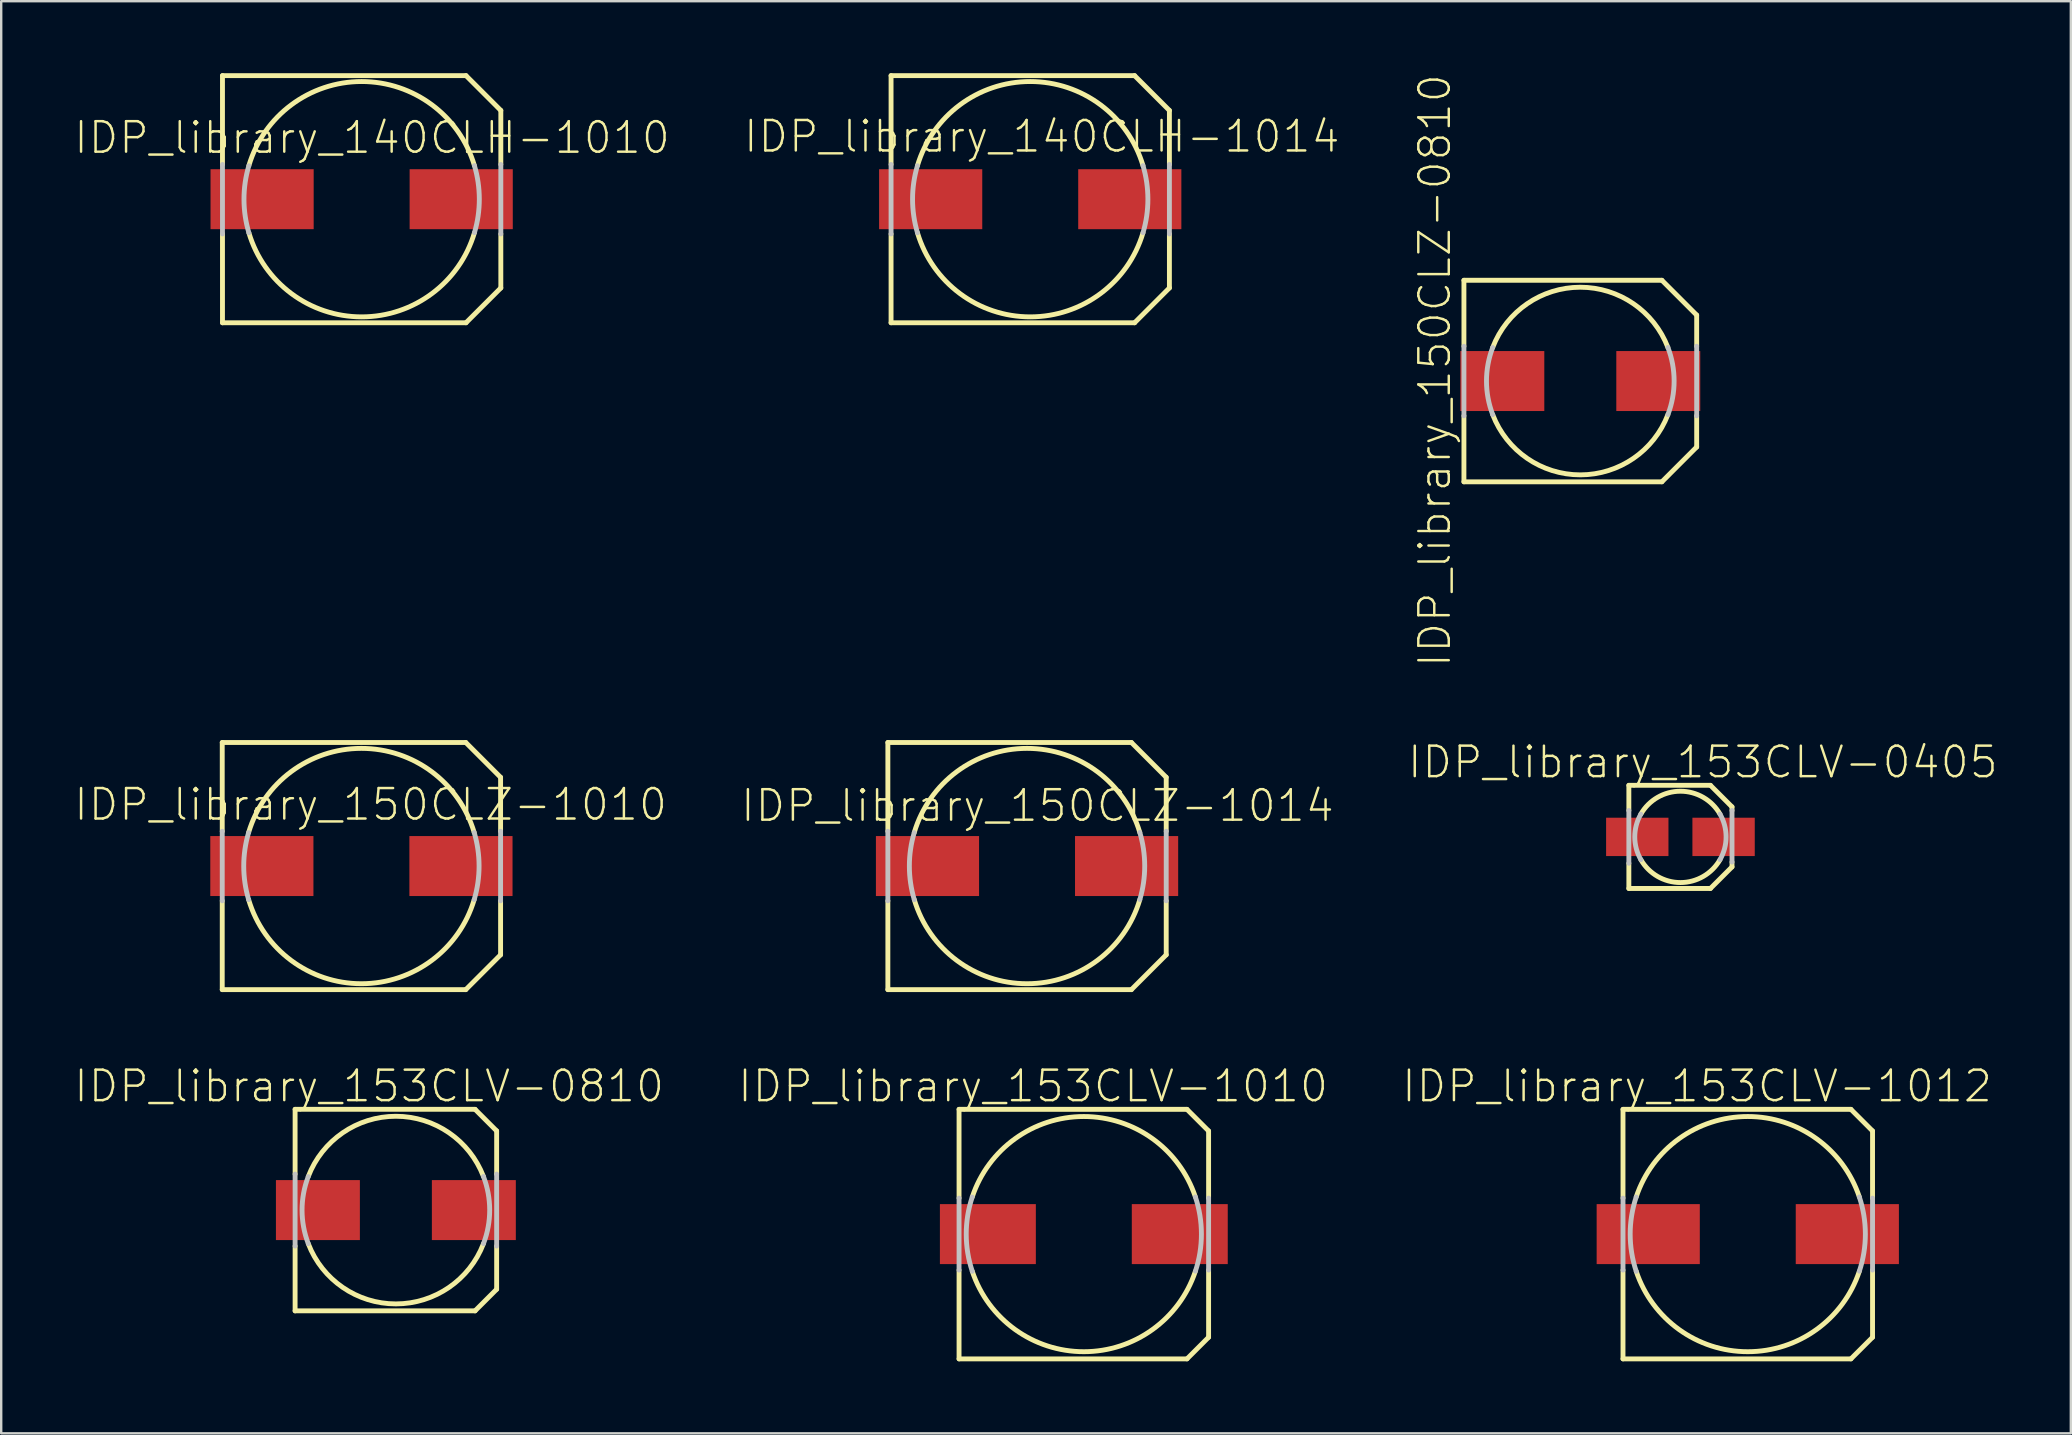
<source format=kicad_pcb>
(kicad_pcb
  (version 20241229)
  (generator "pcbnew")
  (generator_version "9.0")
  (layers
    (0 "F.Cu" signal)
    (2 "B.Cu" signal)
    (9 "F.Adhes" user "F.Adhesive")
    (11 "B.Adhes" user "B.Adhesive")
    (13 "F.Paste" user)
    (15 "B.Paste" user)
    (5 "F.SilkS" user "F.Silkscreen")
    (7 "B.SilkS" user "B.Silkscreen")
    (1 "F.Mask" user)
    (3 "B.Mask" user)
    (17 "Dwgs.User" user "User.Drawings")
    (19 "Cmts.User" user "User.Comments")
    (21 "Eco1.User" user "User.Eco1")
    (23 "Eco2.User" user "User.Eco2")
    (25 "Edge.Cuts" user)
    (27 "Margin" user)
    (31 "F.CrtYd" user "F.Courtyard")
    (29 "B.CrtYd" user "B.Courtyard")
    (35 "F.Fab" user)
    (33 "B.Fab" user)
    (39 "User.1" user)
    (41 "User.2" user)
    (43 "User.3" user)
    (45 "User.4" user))
  (footprint "IDP_library_140CLH-1010"
    (layer "F.Cu")
    (at 12.019 5.25)
    (property "Reference" "IDP_library_140CLH-1010" (at 0.434 -2.563 0) (layer "F.SilkS") (effects (font (size 1.27 1.27) (thickness 0.102))))
    (attr smd)
    (fp_line (start -5.799 -5.149) (end 4.348 -5.149) (stroke (width 0.203) (type solid)) (layer "F.SilkS"))
    (fp_line (start -5.799 -1.448) (end -5.799 -5.149) (stroke (width 0.203) (type solid)) (layer "F.SilkS"))
    (fp_line (start -5.799 5.149) (end -5.799 1.448) (stroke (width 0.203) (type solid)) (layer "F.SilkS"))
    (fp_line (start 4.348 5.149) (end -5.799 5.149) (stroke (width 0.203) (type solid)) (layer "F.SilkS"))
    (fp_line (start 5.799 -3.698) (end 4.348 -5.149) (stroke (width 0.203) (type solid)) (layer "F.SilkS"))
    (fp_line (start 5.799 -3.698) (end 5.799 -1.448) (stroke (width 0.203) (type solid)) (layer "F.SilkS"))
    (fp_line (start 5.799 1.448) (end 5.799 3.698) (stroke (width 0.203) (type solid)) (layer "F.SilkS"))
    (fp_line (start 5.799 3.698) (end 4.348 5.149) (stroke (width 0.203) (type solid)) (layer "F.SilkS"))
    (fp_arc (start -4.699 -1.39954) (mid -0.001239 -4.90299) (end 4.698292 -1.401914) (stroke (width 0.2032) (type solid)) (layer "F.SilkS"))
    (fp_arc (start 4.699 1.39954) (mid 0.001239 4.90299) (end -4.698292 1.401914) (stroke (width 0.2032) (type solid)) (layer "F.SilkS"))
    (fp_line (start -5.799 1.448) (end -5.799 -1.448) (stroke (width 0.203) (type solid)) (layer "Dwgs.User"))
    (fp_line (start 5.799 -1.448) (end 5.799 1.448) (stroke (width 0.203) (type solid)) (layer "Dwgs.User"))
    (fp_arc (start -4.699 1.39954) (mid -4.902989 0.00304) (end -4.700732 -1.393712) (stroke (width 0.2032) (type solid)) (layer "Dwgs.User"))
    (fp_arc (start 4.699 -1.39954) (mid 4.902989 -0.00304) (end 4.700732 1.393712) (stroke (width 0.2032) (type solid)) (layer "Dwgs.User"))
    (pad "+" smd rect (at 4.148 0) (size 4.298 2.499) (layers "F.Cu" "F.Mask" "F.Paste"))
    (pad "-" smd rect (at -4.148 0) (size 4.298 2.499) (layers "F.Cu" "F.Mask" "F.Paste")))
  (footprint "IDP_library_150CLZ-1014"
    (layer "F.Cu")
    (at 39.744 33.036)
    (property "Reference" "IDP_library_150CLZ-1014" (at 0.434 -2.515 0) (layer "F.SilkS") (effects (font (size 1.27 1.27) (thickness 0.102))))
    (attr smd)
    (fp_line (start -5.799 -5.149) (end 4.348 -5.149) (stroke (width 0.203) (type solid)) (layer "F.SilkS"))
    (fp_line (start -5.799 -1.448) (end -5.799 -5.149) (stroke (width 0.203) (type solid)) (layer "F.SilkS"))
    (fp_line (start -5.799 5.149) (end -5.799 1.448) (stroke (width 0.203) (type solid)) (layer "F.SilkS"))
    (fp_line (start 4.348 5.149) (end -5.799 5.149) (stroke (width 0.203) (type solid)) (layer "F.SilkS"))
    (fp_line (start 5.799 -3.698) (end 4.348 -5.149) (stroke (width 0.203) (type solid)) (layer "F.SilkS"))
    (fp_line (start 5.799 -3.698) (end 5.799 -1.448) (stroke (width 0.203) (type solid)) (layer "F.SilkS"))
    (fp_line (start 5.799 1.448) (end 5.799 3.698) (stroke (width 0.203) (type solid)) (layer "F.SilkS"))
    (fp_line (start 5.799 3.698) (end 4.348 5.149) (stroke (width 0.203) (type solid)) (layer "F.SilkS"))
    (fp_arc (start -4.699 -1.39954) (mid -0.001239 -4.90299) (end 4.698292 -1.401914) (stroke (width 0.2032) (type solid)) (layer "F.SilkS"))
    (fp_arc (start 4.699 1.39954) (mid 0.001239 4.90299) (end -4.698292 1.401914) (stroke (width 0.2032) (type solid)) (layer "F.SilkS"))
    (fp_line (start -5.799 1.448) (end -5.799 -1.448) (stroke (width 0.203) (type solid)) (layer "Dwgs.User"))
    (fp_line (start 5.799 -1.448) (end 5.799 1.448) (stroke (width 0.203) (type solid)) (layer "Dwgs.User"))
    (fp_arc (start -4.699 1.39954) (mid -4.902989 0.00304) (end -4.700732 -1.393712) (stroke (width 0.2032) (type solid)) (layer "Dwgs.User"))
    (fp_arc (start 4.699 -1.39954) (mid 4.902989 -0.00304) (end 4.700732 1.393712) (stroke (width 0.2032) (type solid)) (layer "Dwgs.User"))
    (pad "+" smd rect (at 4.148 0) (size 4.298 2.499) (layers "F.Cu" "F.Mask" "F.Paste"))
    (pad "-" smd rect (at -4.148 0) (size 4.298 2.499) (layers "F.Cu" "F.Mask" "F.Paste")))
  (footprint "IDP_library_150CLZ-0810"
    (layer "F.Cu")
    (at 62.797 12.827)
    (property "Reference" "IDP_library_150CLZ-0810" (at -6.063 -0.434 90) (layer "F.SilkS") (effects (font (size 1.27 1.27) (thickness 0.102))))
    (attr smd)
    (fp_line (start -4.849 -4.199) (end 3.399 -4.199) (stroke (width 0.203) (type solid)) (layer "F.SilkS"))
    (fp_line (start -4.849 -1.448) (end -4.849 -4.199) (stroke (width 0.203) (type solid)) (layer "F.SilkS"))
    (fp_line (start -4.849 4.199) (end -4.849 1.448) (stroke (width 0.203) (type solid)) (layer "F.SilkS"))
    (fp_line (start 3.399 4.199) (end -4.849 4.199) (stroke (width 0.203) (type solid)) (layer "F.SilkS"))
    (fp_line (start 4.849 -2.748) (end 3.399 -4.199) (stroke (width 0.203) (type solid)) (layer "F.SilkS"))
    (fp_line (start 4.849 -2.748) (end 4.849 -1.448) (stroke (width 0.203) (type solid)) (layer "F.SilkS"))
    (fp_line (start 4.849 1.448) (end 4.849 2.748) (stroke (width 0.203) (type solid)) (layer "F.SilkS"))
    (fp_line (start 4.849 2.748) (end 3.399 4.199) (stroke (width 0.203) (type solid)) (layer "F.SilkS"))
    (fp_arc (start -3.64998 -1.39954) (mid -0.001452 -3.9091) (end 3.648939 -1.402252) (stroke (width 0.2032) (type solid)) (layer "F.SilkS"))
    (fp_arc (start 3.64998 1.39954) (mid 0.001452 3.9091) (end -3.648939 1.402252) (stroke (width 0.2032) (type solid)) (layer "F.SilkS"))
    (fp_line (start -4.849 1.448) (end -4.849 -1.448) (stroke (width 0.203) (type solid)) (layer "Dwgs.User"))
    (fp_line (start 4.849 -1.448) (end 4.849 1.448) (stroke (width 0.203) (type solid)) (layer "Dwgs.User"))
    (fp_arc (start -3.64998 1.39954) (mid -3.9091 0.001959) (end -3.651381 -1.395882) (stroke (width 0.2032) (type solid)) (layer "Dwgs.User"))
    (fp_arc (start 3.64998 -1.39954) (mid 3.9091 -0.001959) (end 3.651381 1.395882) (stroke (width 0.2032) (type solid)) (layer "Dwgs.User"))
    (pad "+" smd rect (at 3.249 0) (size 3.498 2.499) (layers "F.Cu" "F.Mask" "F.Paste"))
    (pad "-" smd rect (at -3.249 0) (size 3.498 2.499) (layers "F.Cu" "F.Mask" "F.Paste")))
  (footprint "IDP_library_153CLV-0810"
    (layer "F.Cu")
    (at 13.445 47.371)
    (property "Reference" "IDP_library_153CLV-0810" (at -1.113 -5.164 0) (layer "F.SilkS") (effects (font (size 1.27 1.27) (thickness 0.102))))
    (attr smd)
    (fp_line (start -4.199 -4.199) (end 3.299 -4.199) (stroke (width 0.203) (type solid)) (layer "F.SilkS"))
    (fp_line (start -4.199 -1.499) (end -4.199 -4.199) (stroke (width 0.203) (type solid)) (layer "F.SilkS"))
    (fp_line (start -4.199 4.199) (end -4.199 1.499) (stroke (width 0.203) (type solid)) (layer "F.SilkS"))
    (fp_line (start 3.299 -4.199) (end 4.199 -3.299) (stroke (width 0.203) (type solid)) (layer "F.SilkS"))
    (fp_line (start 3.299 4.199) (end -4.199 4.199) (stroke (width 0.203) (type solid)) (layer "F.SilkS"))
    (fp_line (start 4.199 -3.299) (end 4.199 -1.499) (stroke (width 0.203) (type solid)) (layer "F.SilkS"))
    (fp_line (start 4.199 1.499) (end 4.199 3.299) (stroke (width 0.203) (type solid)) (layer "F.SilkS"))
    (fp_line (start 4.199 3.299) (end 3.299 4.199) (stroke (width 0.203) (type solid)) (layer "F.SilkS"))
    (fp_arc (start -3.64998 -1.39954) (mid -0.001452 -3.9091) (end 3.648939 -1.402252) (stroke (width 0.2032) (type solid)) (layer "F.SilkS"))
    (fp_arc (start 3.64998 1.39954) (mid 0.001452 3.9091) (end -3.648939 1.402252) (stroke (width 0.2032) (type solid)) (layer "F.SilkS"))
    (fp_line (start -4.199 1.499) (end -4.199 -1.499) (stroke (width 0.203) (type solid)) (layer "Dwgs.User"))
    (fp_line (start 4.199 -1.499) (end 4.199 1.499) (stroke (width 0.203) (type solid)) (layer "Dwgs.User"))
    (fp_arc (start -3.64998 1.39954) (mid -3.9091 0.001959) (end -3.651381 -1.395882) (stroke (width 0.2032) (type solid)) (layer "Dwgs.User"))
    (fp_arc (start 3.64998 -1.39954) (mid 3.9091 -0.001959) (end 3.651381 1.395882) (stroke (width 0.2032) (type solid)) (layer "Dwgs.User"))
    (pad "+" smd rect (at 3.249 0) (size 3.498 2.499) (layers "F.Cu" "F.Mask" "F.Paste"))
    (pad "-" smd rect (at -3.249 0) (size 3.498 2.499) (layers "F.Cu" "F.Mask" "F.Paste")))
  (footprint "IDP_library_153CLV-1012"
    (layer "F.Cu")
    (at 69.775 48.372)
    (property "Reference" "IDP_library_153CLV-1012" (at -2.113 -6.165 0) (layer "F.SilkS") (effects (font (size 1.27 1.27) (thickness 0.102))))
    (attr smd)
    (fp_line (start -5.199 -5.199) (end 4.298 -5.199) (stroke (width 0.203) (type solid)) (layer "F.SilkS"))
    (fp_line (start -5.199 -1.499) (end -5.199 -5.199) (stroke (width 0.203) (type solid)) (layer "F.SilkS"))
    (fp_line (start -5.199 5.199) (end -5.199 1.499) (stroke (width 0.203) (type solid)) (layer "F.SilkS"))
    (fp_line (start 4.298 -5.199) (end 5.199 -4.298) (stroke (width 0.203) (type solid)) (layer "F.SilkS"))
    (fp_line (start 4.298 5.199) (end -5.199 5.199) (stroke (width 0.203) (type solid)) (layer "F.SilkS"))
    (fp_line (start 5.199 -4.298) (end 5.199 -1.499) (stroke (width 0.203) (type solid)) (layer "F.SilkS"))
    (fp_line (start 5.199 1.499) (end 5.199 4.298) (stroke (width 0.203) (type solid)) (layer "F.SilkS"))
    (fp_line (start 5.199 4.298) (end 4.298 5.199) (stroke (width 0.203) (type solid)) (layer "F.SilkS"))
    (fp_arc (start -4.6482 -1.5494) (mid -0.001287 -4.899633) (end 4.647385 -1.551842) (stroke (width 0.2032) (type solid)) (layer "F.SilkS"))
    (fp_arc (start 4.6482 1.5494) (mid 0.001287 4.899633) (end -4.647385 1.551842) (stroke (width 0.2032) (type solid)) (layer "F.SilkS"))
    (fp_line (start -5.199 1.499) (end -5.199 -1.499) (stroke (width 0.203) (type solid)) (layer "Dwgs.User"))
    (fp_line (start 5.199 -1.499) (end 5.199 1.499) (stroke (width 0.203) (type solid)) (layer "Dwgs.User"))
    (fp_arc (start -4.6482 1.5494) (mid -4.899632 0.002989) (end -4.650087 -1.543728) (stroke (width 0.2032) (type solid)) (layer "Dwgs.User"))
    (fp_arc (start 4.6482 -1.5494) (mid 4.899632 -0.002989) (end 4.650087 1.543728) (stroke (width 0.2032) (type solid)) (layer "Dwgs.User"))
    (pad "+" smd rect (at 4.148 0) (size 4.298 2.499) (layers "F.Cu" "F.Mask" "F.Paste"))
    (pad "-" smd rect (at -4.148 0) (size 4.298 2.499) (layers "F.Cu" "F.Mask" "F.Paste")))
  (footprint "IDP_library_140CLH-1014"
    (layer "F.Cu")
    (at 39.877 5.25)
    (property "Reference" "IDP_library_140CLH-1014" (at 0.483 -2.614 0) (layer "F.SilkS") (effects (font (size 1.27 1.27) (thickness 0.102))))
    (attr smd)
    (fp_line (start -5.799 -5.149) (end 4.348 -5.149) (stroke (width 0.203) (type solid)) (layer "F.SilkS"))
    (fp_line (start -5.799 -1.448) (end -5.799 -5.149) (stroke (width 0.203) (type solid)) (layer "F.SilkS"))
    (fp_line (start -5.799 5.149) (end -5.799 1.448) (stroke (width 0.203) (type solid)) (layer "F.SilkS"))
    (fp_line (start 4.348 5.149) (end -5.799 5.149) (stroke (width 0.203) (type solid)) (layer "F.SilkS"))
    (fp_line (start 5.799 -3.698) (end 4.348 -5.149) (stroke (width 0.203) (type solid)) (layer "F.SilkS"))
    (fp_line (start 5.799 -3.698) (end 5.799 -1.448) (stroke (width 0.203) (type solid)) (layer "F.SilkS"))
    (fp_line (start 5.799 1.448) (end 5.799 3.698) (stroke (width 0.203) (type solid)) (layer "F.SilkS"))
    (fp_line (start 5.799 3.698) (end 4.348 5.149) (stroke (width 0.203) (type solid)) (layer "F.SilkS"))
    (fp_arc (start -4.699 -1.39954) (mid -0.001239 -4.90299) (end 4.698292 -1.401914) (stroke (width 0.2032) (type solid)) (layer "F.SilkS"))
    (fp_arc (start 4.699 1.39954) (mid 0.001239 4.90299) (end -4.698292 1.401914) (stroke (width 0.2032) (type solid)) (layer "F.SilkS"))
    (fp_line (start -5.799 1.448) (end -5.799 -1.448) (stroke (width 0.203) (type solid)) (layer "Dwgs.User"))
    (fp_line (start 5.799 -1.448) (end 5.799 1.448) (stroke (width 0.203) (type solid)) (layer "Dwgs.User"))
    (fp_arc (start -4.699 1.39954) (mid -4.902989 0.00304) (end -4.700732 -1.393712) (stroke (width 0.2032) (type solid)) (layer "Dwgs.User"))
    (fp_arc (start 4.699 -1.39954) (mid 4.902989 -0.00304) (end 4.700732 1.393712) (stroke (width 0.2032) (type solid)) (layer "Dwgs.User"))
    (pad "+" smd rect (at 4.148 0) (size 4.298 2.499) (layers "F.Cu" "F.Mask" "F.Paste"))
    (pad "-" smd rect (at -4.148 0) (size 4.298 2.499) (layers "F.Cu" "F.Mask" "F.Paste")))
  (footprint "IDP_library_150CLZ-1010"
    (layer "F.Cu")
    (at 12.009 33.036)
    (property "Reference" "IDP_library_150CLZ-1010" (at 0.384 -2.563 0) (layer "F.SilkS") (effects (font (size 1.27 1.27) (thickness 0.102))))
    (attr smd)
    (fp_line (start -5.799 -5.149) (end 4.348 -5.149) (stroke (width 0.203) (type solid)) (layer "F.SilkS"))
    (fp_line (start -5.799 -1.448) (end -5.799 -5.149) (stroke (width 0.203) (type solid)) (layer "F.SilkS"))
    (fp_line (start -5.799 5.149) (end -5.799 1.448) (stroke (width 0.203) (type solid)) (layer "F.SilkS"))
    (fp_line (start 4.348 5.149) (end -5.799 5.149) (stroke (width 0.203) (type solid)) (layer "F.SilkS"))
    (fp_line (start 5.799 -3.698) (end 4.348 -5.149) (stroke (width 0.203) (type solid)) (layer "F.SilkS"))
    (fp_line (start 5.799 -3.698) (end 5.799 -1.448) (stroke (width 0.203) (type solid)) (layer "F.SilkS"))
    (fp_line (start 5.799 1.448) (end 5.799 3.698) (stroke (width 0.203) (type solid)) (layer "F.SilkS"))
    (fp_line (start 5.799 3.698) (end 4.348 5.149) (stroke (width 0.203) (type solid)) (layer "F.SilkS"))
    (fp_arc (start -4.699 -1.39954) (mid -0.001239 -4.90299) (end 4.698292 -1.401914) (stroke (width 0.2032) (type solid)) (layer "F.SilkS"))
    (fp_arc (start 4.699 1.39954) (mid 0.001239 4.90299) (end -4.698292 1.401914) (stroke (width 0.2032) (type solid)) (layer "F.SilkS"))
    (fp_line (start -5.799 1.448) (end -5.799 -1.448) (stroke (width 0.203) (type solid)) (layer "Dwgs.User"))
    (fp_line (start 5.799 -1.448) (end 5.799 1.448) (stroke (width 0.203) (type solid)) (layer "Dwgs.User"))
    (fp_arc (start -4.699 1.39954) (mid -4.902989 0.00304) (end -4.700732 -1.393712) (stroke (width 0.2032) (type solid)) (layer "Dwgs.User"))
    (fp_arc (start 4.699 -1.39954) (mid 4.902989 -0.00304) (end 4.700732 1.393712) (stroke (width 0.2032) (type solid)) (layer "Dwgs.User"))
    (pad "+" smd rect (at 4.148 0) (size 4.298 2.499) (layers "F.Cu" "F.Mask" "F.Paste"))
    (pad "-" smd rect (at -4.148 0) (size 4.298 2.499) (layers "F.Cu" "F.Mask" "F.Paste")))
  (footprint "IDP_library_153CLV-0405"
    (layer "F.Cu")
    (at 66.969 31.821)
    (property "Reference" "IDP_library_153CLV-0405" (at 0.935 -3.114 0) (layer "F.SilkS") (effects (font (size 1.27 1.27) (thickness 0.102))))
    (attr smd)
    (fp_line (start -2.149 -2.149) (end 1.25 -2.149) (stroke (width 0.203) (type solid)) (layer "F.SilkS"))
    (fp_line (start -2.149 -1.1) (end -2.149 -2.149) (stroke (width 0.203) (type solid)) (layer "F.SilkS"))
    (fp_line (start -2.149 2.149) (end -2.149 1.1) (stroke (width 0.203) (type solid)) (layer "F.SilkS"))
    (fp_line (start 1.25 -2.149) (end 2.149 -1.25) (stroke (width 0.203) (type solid)) (layer "F.SilkS"))
    (fp_line (start 1.25 2.149) (end -2.149 2.149) (stroke (width 0.203) (type solid)) (layer "F.SilkS"))
    (fp_line (start 2.149 -1.25) (end 2.149 -1.1) (stroke (width 0.203) (type solid)) (layer "F.SilkS"))
    (fp_line (start 2.149 1.049) (end 2.149 1.25) (stroke (width 0.203) (type solid)) (layer "F.SilkS"))
    (fp_line (start 2.149 1.25) (end 1.25 2.149) (stroke (width 0.203) (type solid)) (layer "F.SilkS"))
    (fp_arc (start -1.64846 -0.94996) (mid 0.00012 -1.902589) (end 1.64858 -0.949752) (stroke (width 0.2032) (type solid)) (layer "F.SilkS"))
    (fp_arc (start 1.64846 0.94996) (mid -0.00012 1.902589) (end -1.64858 0.949752) (stroke (width 0.2032) (type solid)) (layer "F.SilkS"))
    (fp_line (start -2.149 1.1) (end -2.149 -1.1) (stroke (width 0.203) (type solid)) (layer "Dwgs.User"))
    (fp_line (start 2.149 -1.1) (end 2.149 1.049) (stroke (width 0.203) (type solid)) (layer "Dwgs.User"))
    (fp_arc (start -1.64846 0.94996) (mid -1.902588 0.00178) (end -1.650235 -0.946874) (stroke (width 0.2032) (type solid)) (layer "Dwgs.User"))
    (fp_arc (start 1.64846 -0.94996) (mid 1.902588 -0.00178) (end 1.650235 0.946874) (stroke (width 0.2032) (type solid)) (layer "Dwgs.User"))
    (pad "+" smd rect (at 1.798 0) (size 2.598 1.598) (layers "F.Cu" "F.Mask" "F.Paste"))
    (pad "-" smd rect (at -1.798 0) (size 2.598 1.598) (layers "F.Cu" "F.Mask" "F.Paste")))
  (footprint "IDP_library_153CLV-1010"
    (layer "F.Cu")
    (at 42.11 48.372)
    (property "Reference" "IDP_library_153CLV-1010" (at -2.113 -6.165 0) (layer "F.SilkS") (effects (font (size 1.27 1.27) (thickness 0.102))))
    (attr smd)
    (fp_line (start -5.199 -5.199) (end 4.298 -5.199) (stroke (width 0.203) (type solid)) (layer "F.SilkS"))
    (fp_line (start -5.199 -1.499) (end -5.199 -5.199) (stroke (width 0.203) (type solid)) (layer "F.SilkS"))
    (fp_line (start -5.199 5.199) (end -5.199 1.499) (stroke (width 0.203) (type solid)) (layer "F.SilkS"))
    (fp_line (start 4.298 -5.199) (end 5.199 -4.298) (stroke (width 0.203) (type solid)) (layer "F.SilkS"))
    (fp_line (start 4.298 5.199) (end -5.199 5.199) (stroke (width 0.203) (type solid)) (layer "F.SilkS"))
    (fp_line (start 5.199 -4.298) (end 5.199 -1.499) (stroke (width 0.203) (type solid)) (layer "F.SilkS"))
    (fp_line (start 5.199 1.499) (end 5.199 4.298) (stroke (width 0.203) (type solid)) (layer "F.SilkS"))
    (fp_line (start 5.199 4.298) (end 4.298 5.199) (stroke (width 0.203) (type solid)) (layer "F.SilkS"))
    (fp_arc (start -4.6482 -1.5494) (mid -0.001287 -4.899633) (end 4.647385 -1.551842) (stroke (width 0.2032) (type solid)) (layer "F.SilkS"))
    (fp_arc (start 4.6482 1.5494) (mid 0.001287 4.899633) (end -4.647385 1.551842) (stroke (width 0.2032) (type solid)) (layer "F.SilkS"))
    (fp_line (start -5.199 1.499) (end -5.199 -1.499) (stroke (width 0.203) (type solid)) (layer "Dwgs.User"))
    (fp_line (start 5.199 -1.499) (end 5.199 1.499) (stroke (width 0.203) (type solid)) (layer "Dwgs.User"))
    (fp_arc (start -4.6482 1.5494) (mid -4.899632 0.002989) (end -4.650087 -1.543728) (stroke (width 0.2032) (type solid)) (layer "Dwgs.User"))
    (fp_arc (start 4.6482 -1.5494) (mid 4.899632 -0.002989) (end 4.650087 1.543728) (stroke (width 0.2032) (type solid)) (layer "Dwgs.User"))
    (pad "+" smd rect (at 3.998 0) (size 3.998 2.499) (layers "F.Cu" "F.Mask" "F.Paste"))
    (pad "-" smd rect (at -3.998 0) (size 3.998 2.499) (layers "F.Cu" "F.Mask" "F.Paste")))
  (gr_rect
    (start -3 -3)
    (end 83.236 56.673)
    (stroke (width 0.1) (type default))
    (fill no)
    (layer "Edge.Cuts")))
</source>
